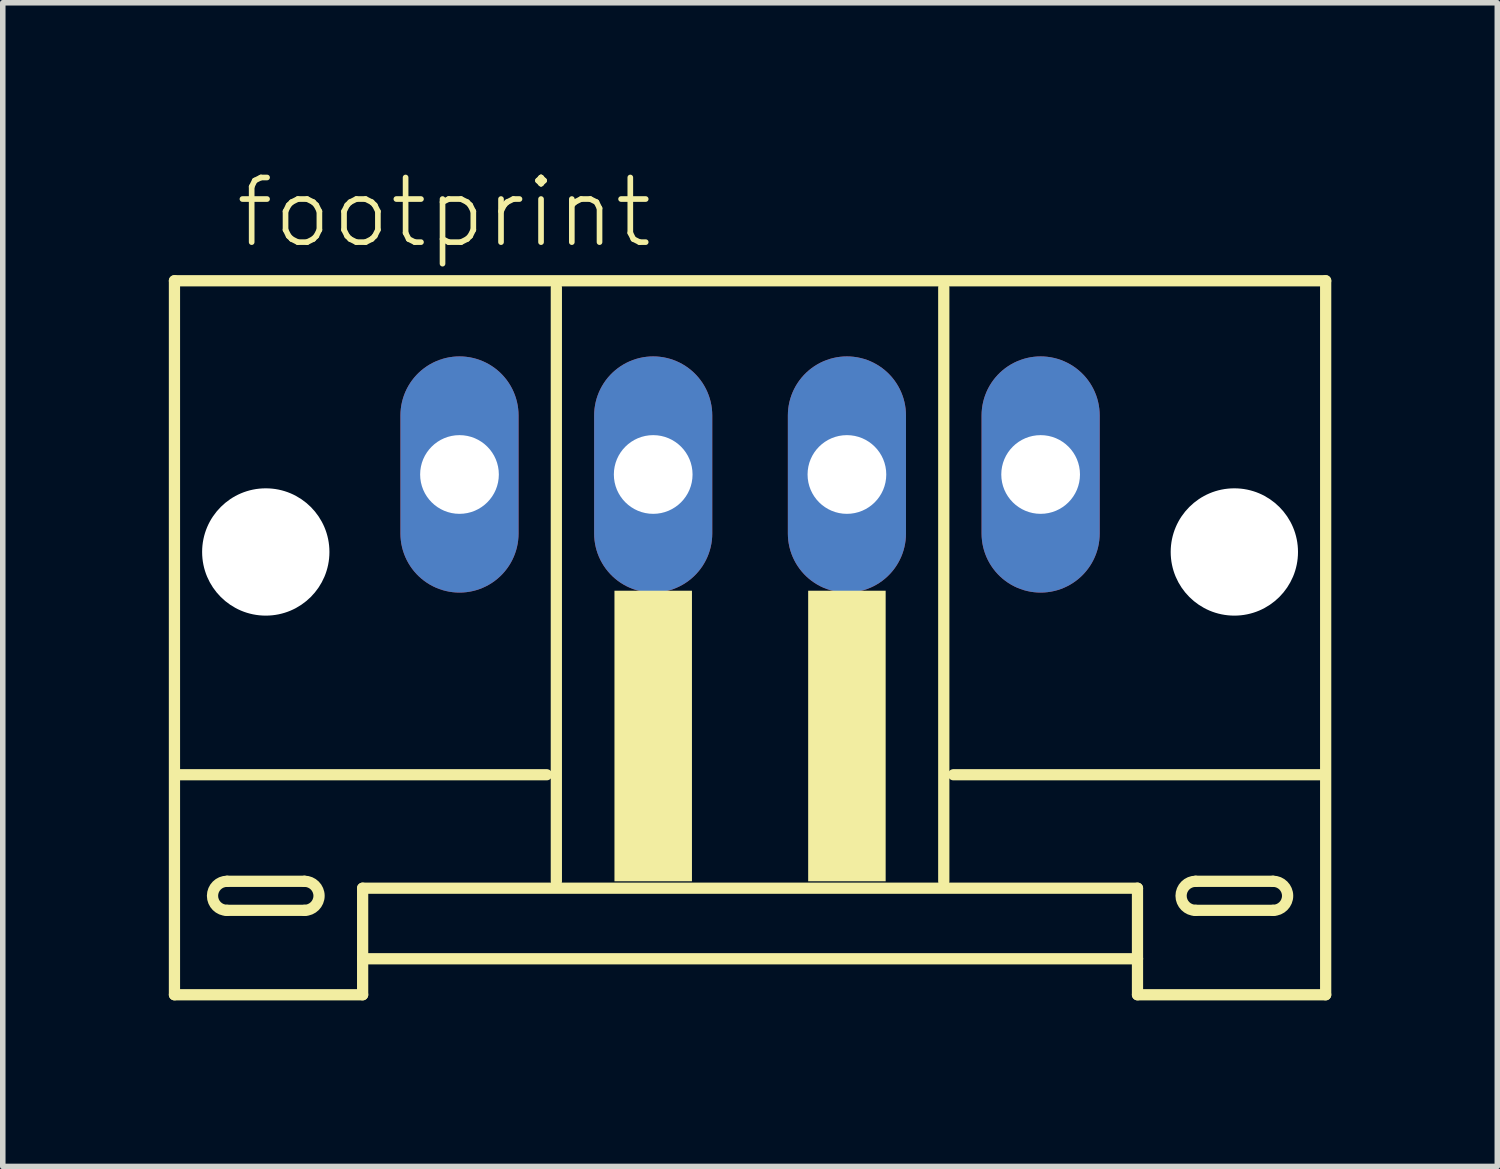
<source format=kicad_pcb>
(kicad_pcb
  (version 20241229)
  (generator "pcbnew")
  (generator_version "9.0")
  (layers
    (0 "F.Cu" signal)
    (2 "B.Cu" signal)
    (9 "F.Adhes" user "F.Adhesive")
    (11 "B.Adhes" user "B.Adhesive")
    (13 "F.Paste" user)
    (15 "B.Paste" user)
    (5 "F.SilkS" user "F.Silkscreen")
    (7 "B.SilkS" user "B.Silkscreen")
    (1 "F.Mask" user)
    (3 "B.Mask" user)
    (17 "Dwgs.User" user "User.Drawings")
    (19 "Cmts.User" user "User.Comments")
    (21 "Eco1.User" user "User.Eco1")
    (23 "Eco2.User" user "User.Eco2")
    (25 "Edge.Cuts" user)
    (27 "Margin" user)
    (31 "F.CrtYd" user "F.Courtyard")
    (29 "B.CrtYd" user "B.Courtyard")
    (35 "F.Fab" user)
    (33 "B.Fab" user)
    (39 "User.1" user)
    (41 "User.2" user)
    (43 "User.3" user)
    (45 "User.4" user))
  (footprint "footprint"
    (layer "F.Cu")
    (at 10.502 7.273)
    (property "Reference" "footprint" (at -9.35 -5.8 0) (layer "F.SilkS") (effects (font (size 1.168 1.168) (thickness 0.102)) (justify left bottom)))
    (fp_line (start -10.4 -5.25) (end -10.4 7.65) (stroke (width 0.203) (type solid)) (layer "F.SilkS"))
    (fp_line (start -10.4 7.65) (end -7 7.65) (stroke (width 0.203) (type solid)) (layer "F.SilkS"))
    (fp_line (start -9.45 5.6) (end -8.05 5.6) (stroke (width 0.203) (type solid)) (layer "F.SilkS"))
    (fp_line (start -8.05 6.125) (end -9.45 6.125) (stroke (width 0.203) (type solid)) (layer "F.SilkS"))
    (fp_line (start -7 5.725) (end 7 5.725) (stroke (width 0.203) (type solid)) (layer "F.SilkS"))
    (fp_line (start -7 7) (end -7 5.725) (stroke (width 0.203) (type solid)) (layer "F.SilkS"))
    (fp_line (start -7 7) (end 7 7) (stroke (width 0.203) (type solid)) (layer "F.SilkS"))
    (fp_line (start -7 7.65) (end -7 7) (stroke (width 0.203) (type solid)) (layer "F.SilkS"))
    (fp_line (start -3.675 3.675) (end -10.325 3.675) (stroke (width 0.203) (type solid)) (layer "F.SilkS"))
    (fp_line (start -3.5 -5.125) (end -3.5 5.6) (stroke (width 0.203) (type solid)) (layer "F.SilkS"))
    (fp_line (start 3.5 5.6) (end 3.5 -5.125) (stroke (width 0.203) (type solid)) (layer "F.SilkS"))
    (fp_line (start 7 5.725) (end 7 7) (stroke (width 0.203) (type solid)) (layer "F.SilkS"))
    (fp_line (start 7 7) (end 7 7.65) (stroke (width 0.203) (type solid)) (layer "F.SilkS"))
    (fp_line (start 7 7.65) (end 10.4 7.65) (stroke (width 0.203) (type solid)) (layer "F.SilkS"))
    (fp_line (start 8.05 5.6) (end 9.45 5.6) (stroke (width 0.203) (type solid)) (layer "F.SilkS"))
    (fp_line (start 9.45 6.125) (end 8.05 6.125) (stroke (width 0.203) (type solid)) (layer "F.SilkS"))
    (fp_line (start 10.325 3.675) (end 3.675 3.675) (stroke (width 0.203) (type solid)) (layer "F.SilkS"))
    (fp_line (start 10.4 -5.25) (end -10.4 -5.25) (stroke (width 0.203) (type solid)) (layer "F.SilkS"))
    (fp_line (start 10.4 7.65) (end 10.4 -5.25) (stroke (width 0.203) (type solid)) (layer "F.SilkS"))
    (fp_arc (start -9.45 6.125) (mid -9.7125 5.8625) (end -9.45 5.6) (stroke (width 0.2032) (type solid)) (layer "F.SilkS"))
    (fp_arc (start -8.05 5.6) (mid -7.7875 5.8625) (end -8.05 6.125) (stroke (width 0.2032) (type solid)) (layer "F.SilkS"))
    (fp_arc (start 8.05 6.125) (mid 7.7875 5.8625) (end 8.05 5.6) (stroke (width 0.2032) (type solid)) (layer "F.SilkS"))
    (fp_arc (start 9.45 5.6) (mid 9.7125 5.8625) (end 9.45 6.125) (stroke (width 0.2032) (type solid)) (layer "F.SilkS"))
    (fp_poly (pts (xy -2.45 5.6) (xy -1.05 5.6) (xy -1.05 0.35) (xy -2.45 0.35)) (stroke (width 0) (type solid)) (fill yes) (layer "F.SilkS"))
    (fp_poly (pts (xy 1.05 5.6) (xy 2.45 5.6) (xy 2.45 0.35) (xy 1.05 0.35)) (stroke (width 0) (type solid)) (fill yes) (layer "F.SilkS"))
    (pad "" np_thru_hole circle (at -8.75 -0.35) (size 2.3 2.3) (drill 2.3) (layers "*.Cu" "*.Mask"))
    (pad "" np_thru_hole circle (at 8.75 -0.35) (size 2.3 2.3) (drill 2.3) (layers "*.Cu" "*.Mask"))
    (pad "1" thru_hole oval (at -5.25 -1.75 90) (size 4.267 2.134) (drill 1.422) (layers "*.Cu" "*.Mask"))
    (pad "2" thru_hole oval (at -1.75 -1.75 90) (size 4.267 2.134) (drill 1.422) (layers "*.Cu" "*.Mask"))
    (pad "3" thru_hole oval (at 1.75 -1.75 90) (size 4.267 2.134) (drill 1.422) (layers "*.Cu" "*.Mask"))
    (pad "4" thru_hole oval (at 5.25 -1.75 90) (size 4.267 2.134) (drill 1.422) (layers "*.Cu" "*.Mask")))
  (gr_rect
    (start -3 -3)
    (end 24.003 18.025)
    (stroke (width 0.1) (type default))
    (fill no)
    (layer "Edge.Cuts")))
</source>
